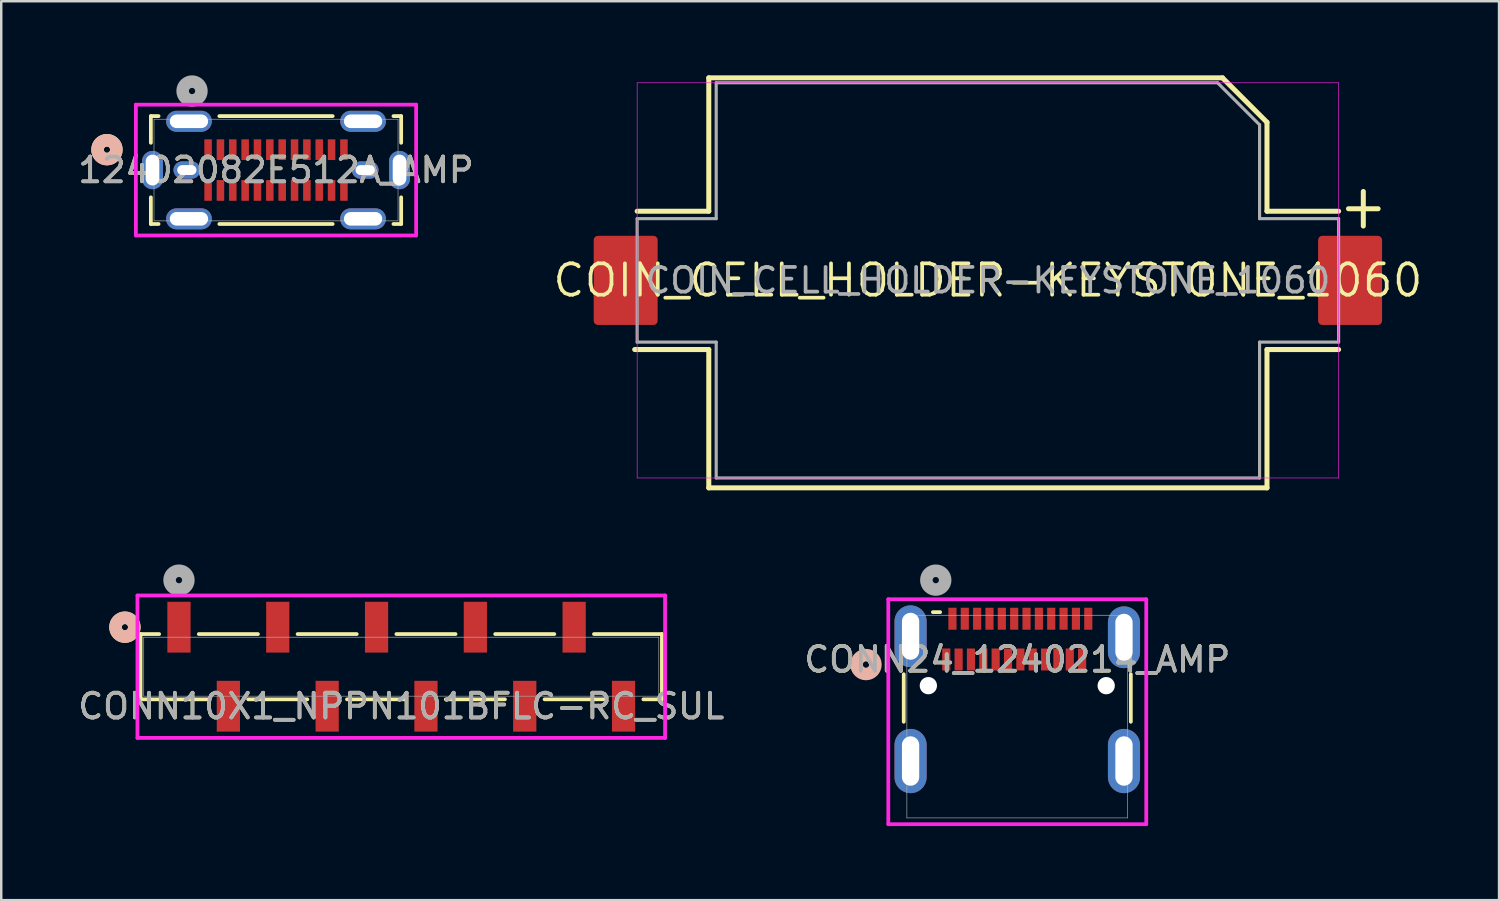
<source format=kicad_pcb>
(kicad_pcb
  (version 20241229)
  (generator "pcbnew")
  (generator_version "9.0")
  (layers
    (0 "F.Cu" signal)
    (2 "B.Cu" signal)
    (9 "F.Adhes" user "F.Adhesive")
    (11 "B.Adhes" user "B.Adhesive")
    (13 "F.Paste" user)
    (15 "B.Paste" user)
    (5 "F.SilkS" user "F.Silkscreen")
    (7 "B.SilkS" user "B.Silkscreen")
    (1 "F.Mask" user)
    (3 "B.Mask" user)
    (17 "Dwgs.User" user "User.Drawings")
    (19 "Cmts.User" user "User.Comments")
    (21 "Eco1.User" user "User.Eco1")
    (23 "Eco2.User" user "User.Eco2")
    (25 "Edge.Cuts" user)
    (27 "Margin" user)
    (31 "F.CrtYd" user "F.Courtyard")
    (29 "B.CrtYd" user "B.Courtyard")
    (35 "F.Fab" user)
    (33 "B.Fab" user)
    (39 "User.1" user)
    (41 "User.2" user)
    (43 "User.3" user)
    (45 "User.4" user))
  (footprint "CONN10X1_NPPN101BFLC-RC_SUL"
    (layer "F.Cu")
    (at 13.196 23.943)
    (property "Reference" "CONN10X1_NPPN101BFLC-RC_SUL" (at 0 1.6 0) (unlocked yes) (layer "F.SilkS") (effects (font (size 1 1) (thickness 0.15))))
    (attr smd)
    (fp_line (start -10.554 -1.321) (end -10.554 1.321) (stroke (width 0.152) (type solid)) (layer "F.SilkS"))
    (fp_line (start -10.554 1.321) (end -7.803 1.321) (stroke (width 0.152) (type solid)) (layer "F.SilkS"))
    (fp_line (start -9.803 -1.321) (end -10.554 -1.321) (stroke (width 0.152) (type solid)) (layer "F.SilkS"))
    (fp_line (start -6.197 1.321) (end -3.803 1.321) (stroke (width 0.152) (type solid)) (layer "F.SilkS"))
    (fp_line (start -5.803 -1.321) (end -8.197 -1.321) (stroke (width 0.152) (type solid)) (layer "F.SilkS"))
    (fp_line (start -2.197 1.321) (end 0.197 1.321) (stroke (width 0.152) (type solid)) (layer "F.SilkS"))
    (fp_line (start -1.803 -1.321) (end -4.197 -1.321) (stroke (width 0.152) (type solid)) (layer "F.SilkS"))
    (fp_line (start 1.803 1.321) (end 4.197 1.321) (stroke (width 0.152) (type solid)) (layer "F.SilkS"))
    (fp_line (start 2.197 -1.321) (end -0.197 -1.321) (stroke (width 0.152) (type solid)) (layer "F.SilkS"))
    (fp_line (start 5.803 1.321) (end 8.197 1.321) (stroke (width 0.152) (type solid)) (layer "F.SilkS"))
    (fp_line (start 6.197 -1.321) (end 3.803 -1.321) (stroke (width 0.152) (type solid)) (layer "F.SilkS"))
    (fp_line (start 9.803 1.321) (end 10.554 1.321) (stroke (width 0.152) (type solid)) (layer "F.SilkS"))
    (fp_line (start 10.554 -1.321) (end 7.803 -1.321) (stroke (width 0.152) (type solid)) (layer "F.SilkS"))
    (fp_line (start 10.554 1.321) (end 10.554 -1.321) (stroke (width 0.152) (type solid)) (layer "F.SilkS"))
    (fp_circle (center -11.189 -1.6) (end -10.808 -1.6) (stroke (width 0.508) (type solid)) (fill no) (layer "F.SilkS"))
    (fp_circle (center -11.189 -1.6) (end -10.808 -1.6) (stroke (width 0.508) (type solid)) (fill no) (layer "B.SilkS"))
    (fp_line (start -10.681 -2.883) (end -10.681 2.883) (stroke (width 0.152) (type solid)) (layer "F.CrtYd"))
    (fp_line (start -10.681 2.883) (end 10.681 2.883) (stroke (width 0.152) (type solid)) (layer "F.CrtYd"))
    (fp_line (start 10.681 -2.883) (end -10.681 -2.883) (stroke (width 0.152) (type solid)) (layer "F.CrtYd"))
    (fp_line (start 10.681 2.883) (end 10.681 -2.883) (stroke (width 0.152) (type solid)) (layer "F.CrtYd"))
    (fp_line (start -10.427 -1.194) (end -10.427 1.194) (stroke (width 0.025) (type solid)) (layer "F.Fab"))
    (fp_line (start -10.427 1.194) (end 10.427 1.194) (stroke (width 0.025) (type solid)) (layer "F.Fab"))
    (fp_line (start 10.427 -1.194) (end -10.427 -1.194) (stroke (width 0.025) (type solid)) (layer "F.Fab"))
    (fp_line (start 10.427 1.194) (end 10.427 -1.194) (stroke (width 0.025) (type solid)) (layer "F.Fab"))
    (fp_circle (center -9 -3.505) (end -8.619 -3.505) (stroke (width 0.508) (type solid)) (fill no) (layer "F.Fab"))
    (fp_text user "${REFERENCE}" (at 0 1.6 0) (unlocked yes) (layer "F.Fab") (effects (font (size 1 1) (thickness 0.15))))
    (pad "1" smd rect (at -9 -1.6) (size 0.94 2.057) (layers "F.Cu" "F.Mask" "F.Paste"))
    (pad "2" smd rect (at -7 1.6) (size 0.94 2.057) (layers "F.Cu" "F.Mask" "F.Paste"))
    (pad "3" smd rect (at -5 -1.6) (size 0.94 2.057) (layers "F.Cu" "F.Mask" "F.Paste"))
    (pad "4" smd rect (at -3 1.6) (size 0.94 2.057) (layers "F.Cu" "F.Mask" "F.Paste"))
    (pad "5" smd rect (at -1 -1.6) (size 0.94 2.057) (layers "F.Cu" "F.Mask" "F.Paste"))
    (pad "6" smd rect (at 1 1.6) (size 0.94 2.057) (layers "F.Cu" "F.Mask" "F.Paste"))
    (pad "7" smd rect (at 3 -1.6) (size 0.94 2.057) (layers "F.Cu" "F.Mask" "F.Paste"))
    (pad "8" smd rect (at 5 1.6) (size 0.94 2.057) (layers "F.Cu" "F.Mask" "F.Paste"))
    (pad "9" smd rect (at 7 -1.6) (size 0.94 2.057) (layers "F.Cu" "F.Mask" "F.Paste"))
    (pad "10" smd rect (at 9 1.6) (size 0.94 2.057) (layers "F.Cu" "F.Mask" "F.Paste")))
  (footprint "CONN24_1240214_AMP"
    (layer "F.Cu")
    (at 38.137 25.963)
    (property "Reference" "CONN24_1240214_AMP" (at 0 -2.312 0) (unlocked yes) (layer "F.SilkS") (effects (font (size 1 1) (thickness 0.15))))
    (attr smd)
    (fp_line (start -4.597 -1.715) (end -4.597 0.21) (stroke (width 0.152) (type solid)) (layer "F.SilkS"))
    (fp_line (start -3.123 -4.229) (end -3.416 -4.229) (stroke (width 0.152) (type solid)) (layer "F.SilkS"))
    (fp_line (start 4.597 0.21) (end 4.597 -1.715) (stroke (width 0.152) (type solid)) (layer "F.SilkS"))
    (fp_circle (center -6.125 -2.106) (end -5.744 -2.106) (stroke (width 0.508) (type solid)) (fill no) (layer "B.SilkS"))
    (fp_line (start -5.222 -4.751) (end -5.222 4.356) (stroke (width 0.152) (type solid)) (layer "F.CrtYd"))
    (fp_line (start -5.222 4.356) (end 5.222 4.356) (stroke (width 0.152) (type solid)) (layer "F.CrtYd"))
    (fp_line (start 5.222 -4.751) (end -5.222 -4.751) (stroke (width 0.152) (type solid)) (layer "F.CrtYd"))
    (fp_line (start 5.222 4.356) (end 5.222 -4.751) (stroke (width 0.152) (type solid)) (layer "F.CrtYd"))
    (fp_line (start -4.47 -4.102) (end -4.47 4.102) (stroke (width 0.025) (type solid)) (layer "F.Fab"))
    (fp_line (start -4.47 4.102) (end 4.47 4.102) (stroke (width 0.025) (type solid)) (layer "F.Fab"))
    (fp_line (start 4.47 -4.102) (end -4.47 -4.102) (stroke (width 0.025) (type solid)) (layer "F.Fab"))
    (fp_line (start 4.47 4.102) (end 4.47 -4.102) (stroke (width 0.025) (type solid)) (layer "F.Fab"))
    (fp_circle (center -3.3 -5.525) (end -2.919 -5.525) (stroke (width 0.508) (type solid)) (fill no) (layer "F.Fab"))
    (fp_line (start 5.07 4.26) (end -4.93 4.26) (stroke (width 0.05) (type default)) (layer "User.1"))
    (fp_text user "${REFERENCE}" (at 0 -2.312 0) (unlocked yes) (layer "F.Fab") (effects (font (size 1 1) (thickness 0.15))))
    (pad "" np_thru_hole circle (at -3.6 -1.252) (size 0.7 0.7) (drill 0.7) (layers "*.Cu" "*.Mask"))
    (pad "" np_thru_hole circle (at 3.6 -1.252) (size 0.7 0.7) (drill 0.7) (layers "*.Cu" "*.Mask"))
    (pad "A1" smd rect (at -2.625 -3.962) (size 0.33 0.889) (layers "F.Cu" "F.Mask" "F.Paste"))
    (pad "A2" smd rect (at -2.125 -3.962) (size 0.33 0.889) (layers "F.Cu" "F.Mask" "F.Paste"))
    (pad "A3" smd rect (at -1.625 -3.962) (size 0.33 0.889) (layers "F.Cu" "F.Mask" "F.Paste"))
    (pad "A4" smd rect (at -1.125 -3.962) (size 0.33 0.889) (layers "F.Cu" "F.Mask" "F.Paste"))
    (pad "A5" smd rect (at -0.625 -3.962) (size 0.33 0.889) (layers "F.Cu" "F.Mask" "F.Paste"))
    (pad "A6" smd rect (at -0.125 -3.962) (size 0.33 0.889) (layers "F.Cu" "F.Mask" "F.Paste"))
    (pad "A7" smd rect (at 0.375 -3.962) (size 0.33 0.889) (layers "F.Cu" "F.Mask" "F.Paste"))
    (pad "A8" smd rect (at 0.875 -3.962) (size 0.33 0.889) (layers "F.Cu" "F.Mask" "F.Paste"))
    (pad "A9" smd rect (at 1.375 -3.962) (size 0.33 0.889) (layers "F.Cu" "F.Mask" "F.Paste"))
    (pad "A10" smd rect (at 1.875 -3.962) (size 0.33 0.889) (layers "F.Cu" "F.Mask" "F.Paste"))
    (pad "A11" smd rect (at 2.375 -3.962) (size 0.33 0.889) (layers "F.Cu" "F.Mask" "F.Paste"))
    (pad "A12" smd rect (at 2.875 -3.962) (size 0.33 0.889) (layers "F.Cu" "F.Mask" "F.Paste"))
    (pad "B1" smd rect (at 2.625 -2.312) (size 0.33 0.889) (layers "F.Cu" "F.Mask" "F.Paste"))
    (pad "B2" smd rect (at 2.125 -2.312) (size 0.33 0.889) (layers "F.Cu" "F.Mask" "F.Paste"))
    (pad "B3" smd rect (at 1.625 -2.312) (size 0.33 0.889) (layers "F.Cu" "F.Mask" "F.Paste"))
    (pad "B4" smd rect (at 1.125 -2.312) (size 0.33 0.889) (layers "F.Cu" "F.Mask" "F.Paste"))
    (pad "B5" smd rect (at 0.625 -2.312) (size 0.33 0.889) (layers "F.Cu" "F.Mask" "F.Paste"))
    (pad "B6" smd rect (at 0.125 -2.312) (size 0.33 0.889) (layers "F.Cu" "F.Mask" "F.Paste"))
    (pad "B7" smd rect (at -0.375 -2.312) (size 0.33 0.889) (layers "F.Cu" "F.Mask" "F.Paste"))
    (pad "B8" smd rect (at -0.875 -2.312) (size 0.33 0.889) (layers "F.Cu" "F.Mask" "F.Paste"))
    (pad "B9" smd rect (at -1.375 -2.312) (size 0.33 0.889) (layers "F.Cu" "F.Mask" "F.Paste"))
    (pad "B10" smd rect (at -1.875 -2.312) (size 0.33 0.889) (layers "F.Cu" "F.Mask" "F.Paste"))
    (pad "B11" smd rect (at -2.375 -2.312) (size 0.33 0.889) (layers "F.Cu" "F.Mask" "F.Paste"))
    (pad "B12" smd rect (at -2.875 -2.312) (size 0.33 0.889) (layers "F.Cu" "F.Mask" "F.Paste"))
    (pad "S1" thru_hole oval (at -4.32 -3.252) (size 1.3 2.5) (drill oval 0.7 1.9) (layers "*.Cu" "*.Mask"))
    (pad "S1" thru_hole oval (at -4.32 1.799) (size 1.3 2.6) (drill oval 0.7 2) (layers "*.Cu" "*.Mask"))
    (pad "S1" thru_hole oval (at 4.32 -3.212) (size 1.3 2.5) (drill oval 0.7 1.9) (layers "*.Cu" "*.Mask"))
    (pad "S1" thru_hole oval (at 4.32 1.799) (size 1.3 2.6) (drill oval 0.7 2) (layers "*.Cu" "*.Mask")))
  (footprint "12402082E512A_AMP"
    (layer "F.Cu")
    (at 8.125 3.835)
    (property "Reference" "12402082E512A_AMP" (at 0 0 0) (unlocked yes) (layer "F.SilkS") (effects (font (size 1 1) (thickness 0.15))))
    (attr through_hole)
    (fp_line (start -5.067 -2.184) (end -5.067 -1.104) (stroke (width 0.152) (type solid)) (layer "F.SilkS"))
    (fp_line (start -5.067 1.104) (end -5.067 2.184) (stroke (width 0.152) (type solid)) (layer "F.SilkS"))
    (fp_line (start -5.067 2.184) (end -4.755 2.184) (stroke (width 0.152) (type solid)) (layer "F.SilkS"))
    (fp_line (start -4.755 -2.184) (end -5.067 -2.184) (stroke (width 0.152) (type solid)) (layer "F.SilkS"))
    (fp_line (start -2.295 2.184) (end 2.295 2.184) (stroke (width 0.152) (type solid)) (layer "F.SilkS"))
    (fp_line (start 2.295 -2.184) (end -2.295 -2.184) (stroke (width 0.152) (type solid)) (layer "F.SilkS"))
    (fp_line (start 4.755 2.184) (end 5.067 2.184) (stroke (width 0.152) (type solid)) (layer "F.SilkS"))
    (fp_line (start 5.067 -2.184) (end 4.755 -2.184) (stroke (width 0.152) (type solid)) (layer "F.SilkS"))
    (fp_line (start 5.067 -1.104) (end 5.067 -2.184) (stroke (width 0.152) (type solid)) (layer "F.SilkS"))
    (fp_line (start 5.067 2.184) (end 5.067 1.104) (stroke (width 0.152) (type solid)) (layer "F.SilkS"))
    (fp_circle (center -6.845 -0.825) (end -6.464 -0.825) (stroke (width 0.508) (type solid)) (fill no) (layer "F.SilkS"))
    (fp_circle (center -6.845 -0.825) (end -6.464 -0.825) (stroke (width 0.508) (type solid)) (fill no) (layer "B.SilkS"))
    (fp_line (start -5.673 -2.648) (end -5.673 2.648) (stroke (width 0.152) (type solid)) (layer "F.CrtYd"))
    (fp_line (start -5.673 2.648) (end 5.673 2.648) (stroke (width 0.152) (type solid)) (layer "F.CrtYd"))
    (fp_line (start 5.673 -2.648) (end -5.673 -2.648) (stroke (width 0.152) (type solid)) (layer "F.CrtYd"))
    (fp_line (start 5.673 2.648) (end 5.673 -2.648) (stroke (width 0.152) (type solid)) (layer "F.CrtYd"))
    (fp_line (start -4.94 -2.057) (end -4.94 2.057) (stroke (width 0.025) (type solid)) (layer "F.Fab"))
    (fp_line (start -4.94 2.057) (end 4.94 2.057) (stroke (width 0.025) (type solid)) (layer "F.Fab"))
    (fp_line (start 4.94 -2.057) (end -4.94 -2.057) (stroke (width 0.025) (type solid)) (layer "F.Fab"))
    (fp_line (start 4.94 2.057) (end 4.94 -2.057) (stroke (width 0.025) (type solid)) (layer "F.Fab"))
    (fp_circle (center -3.4 -3.2) (end -3.019 -3.2) (stroke (width 0.508) (type solid)) (fill no) (layer "F.Fab"))
    (fp_text user "${REFERENCE}" (at 0 0 0) (unlocked yes) (layer "F.Fab") (effects (font (size 1 1) (thickness 0.15))))
    (pad "A1" smd rect (at -2.75 -0.825) (size 0.305 0.838) (layers "F.Cu" "F.Mask" "F.Paste"))
    (pad "A2" smd rect (at -2.25 -0.825) (size 0.305 0.838) (layers "F.Cu" "F.Mask" "F.Paste"))
    (pad "A3" smd rect (at -1.75 -0.825) (size 0.305 0.838) (layers "F.Cu" "F.Mask" "F.Paste"))
    (pad "A4" smd rect (at -1.25 -0.825) (size 0.305 0.838) (layers "F.Cu" "F.Mask" "F.Paste"))
    (pad "A5" smd rect (at -0.75 -0.825) (size 0.305 0.838) (layers "F.Cu" "F.Mask" "F.Paste"))
    (pad "A6" smd rect (at -0.25 -0.825) (size 0.305 0.838) (layers "F.Cu" "F.Mask" "F.Paste"))
    (pad "A7" smd rect (at 0.25 -0.825) (size 0.305 0.838) (layers "F.Cu" "F.Mask" "F.Paste"))
    (pad "A8" smd rect (at 0.75 -0.825) (size 0.305 0.838) (layers "F.Cu" "F.Mask" "F.Paste"))
    (pad "A9" smd rect (at 1.25 -0.825) (size 0.305 0.838) (layers "F.Cu" "F.Mask" "F.Paste"))
    (pad "A10" smd rect (at 1.75 -0.825) (size 0.305 0.838) (layers "F.Cu" "F.Mask" "F.Paste"))
    (pad "A11" smd rect (at 2.25 -0.825) (size 0.305 0.838) (layers "F.Cu" "F.Mask" "F.Paste"))
    (pad "A12" smd rect (at 2.75 -0.825) (size 0.305 0.838) (layers "F.Cu" "F.Mask" "F.Paste"))
    (pad "B1" smd rect (at 2.75 0.825) (size 0.305 0.838) (layers "F.Cu" "F.Mask" "F.Paste"))
    (pad "B2" smd rect (at 2.25 0.825) (size 0.305 0.838) (layers "F.Cu" "F.Mask" "F.Paste"))
    (pad "B3" smd rect (at 1.75 0.825) (size 0.305 0.838) (layers "F.Cu" "F.Mask" "F.Paste"))
    (pad "B4" smd rect (at 1.25 0.825) (size 0.305 0.838) (layers "F.Cu" "F.Mask" "F.Paste"))
    (pad "B5" smd rect (at 0.75 0.825) (size 0.305 0.838) (layers "F.Cu" "F.Mask" "F.Paste"))
    (pad "B6" smd rect (at 0.25 0.825) (size 0.305 0.838) (layers "F.Cu" "F.Mask" "F.Paste"))
    (pad "B7" smd rect (at -0.25 0.825) (size 0.305 0.838) (layers "F.Cu" "F.Mask" "F.Paste"))
    (pad "B8" smd rect (at -0.75 0.825) (size 0.305 0.838) (layers "F.Cu" "F.Mask" "F.Paste"))
    (pad "B9" smd rect (at -1.25 0.825) (size 0.305 0.838) (layers "F.Cu" "F.Mask" "F.Paste"))
    (pad "B10" smd rect (at -1.75 0.825) (size 0.305 0.838) (layers "F.Cu" "F.Mask" "F.Paste"))
    (pad "B11" smd rect (at -2.25 0.825) (size 0.305 0.838) (layers "F.Cu" "F.Mask" "F.Paste"))
    (pad "B12" smd rect (at -2.75 0.825) (size 0.305 0.838) (layers "F.Cu" "F.Mask" "F.Paste"))
    (pad "S1" thru_hole oval (at -5 0) (size 0.85 1.55) (drill oval 0.55 1.25) (layers "*.Cu" "*.Mask"))
    (pad "S1" thru_hole oval (at -3.61 0) (size 1.08 0.7) (drill oval 0.78 0.4) (layers "*.Cu" "*.Mask"))
    (pad "S1" thru_hole oval (at -3.525 -1.975) (size 1.85 0.85) (drill oval 1.55 0.55) (layers "*.Cu" "*.Mask"))
    (pad "S1" thru_hole oval (at -3.525 1.975) (size 1.85 0.85) (drill oval 1.55 0.55) (layers "*.Cu" "*.Mask"))
    (pad "S1" thru_hole oval (at 3.525 -1.975) (size 1.85 0.85) (drill oval 1.55 0.55) (layers "*.Cu" "*.Mask"))
    (pad "S1" thru_hole oval (at 3.525 1.975) (size 1.85 0.85) (drill oval 1.55 0.55) (layers "*.Cu" "*.Mask"))
    (pad "S1" thru_hole oval (at 3.61 0) (size 1.08 0.7) (drill oval 0.78 0.4) (layers "*.Cu" "*.Mask"))
    (pad "S1" thru_hole oval (at 5 0) (size 0.85 1.55) (drill oval 0.55 1.25) (layers "*.Cu" "*.Mask")))
  (footprint "COIN_CELL_HOLDER-KEYSTONE_1060"
    (layer "F.Cu")
    (at 36.947 8.302)
    (property "Reference" "COIN_CELL_HOLDER-KEYSTONE_1060" (at 0 0 0) (layer "F.SilkS") (effects (font (size 1.27 1.27) (thickness 0.15))))
    (fp_line (start -14.3 2.8) (end -11.3 2.8) (stroke (width 0.203) (type solid)) (layer "F.SilkS"))
    (fp_line (start -14.2 -2.8) (end -11.3 -2.8) (stroke (width 0.203) (type solid)) (layer "F.SilkS"))
    (fp_line (start -11.3 -8.2) (end 9.5 -8.2) (stroke (width 0.203) (type solid)) (layer "F.SilkS"))
    (fp_line (start -11.3 -2.8) (end -11.3 -8.2) (stroke (width 0.203) (type solid)) (layer "F.SilkS"))
    (fp_line (start -11.3 2.8) (end -11.3 8.4) (stroke (width 0.203) (type solid)) (layer "F.SilkS"))
    (fp_line (start -11.3 8.4) (end 11.3 8.4) (stroke (width 0.203) (type solid)) (layer "F.SilkS"))
    (fp_line (start 9.5 -8.2) (end 11.3 -6.4) (stroke (width 0.203) (type solid)) (layer "F.SilkS"))
    (fp_line (start 11.3 -6.4) (end 11.3 -2.8) (stroke (width 0.203) (type solid)) (layer "F.SilkS"))
    (fp_line (start 11.3 -2.8) (end 14.2 -2.8) (stroke (width 0.203) (type solid)) (layer "F.SilkS"))
    (fp_line (start 11.3 2.8) (end 14.2 2.8) (stroke (width 0.203) (type solid)) (layer "F.SilkS"))
    (fp_line (start 11.3 8.4) (end 11.3 2.8) (stroke (width 0.203) (type solid)) (layer "F.SilkS"))
    (fp_line (start 14.6 -2.9) (end 15.8 -2.9) (stroke (width 0.203) (type solid)) (layer "F.SilkS"))
    (fp_line (start 15.2 -3.6) (end 15.2 -2.2) (stroke (width 0.203) (type solid)) (layer "F.SilkS"))
    (fp_line (start -14.2 -8) (end -14.2 8) (stroke (width 0.025) (type solid)) (layer "F.CrtYd"))
    (fp_line (start -14.2 8) (end 14.2 8) (stroke (width 0.025) (type solid)) (layer "F.CrtYd"))
    (fp_line (start 14.2 -8) (end -14.2 -8) (stroke (width 0.025) (type solid)) (layer "F.CrtYd"))
    (fp_line (start 14.2 8) (end 14.2 -8) (stroke (width 0.025) (type solid)) (layer "F.CrtYd"))
    (fp_line (start -14.2 -2.5) (end -14.2 2.5) (stroke (width 0.127) (type solid)) (layer "F.Fab"))
    (fp_line (start -14.2 2.5) (end -11 2.5) (stroke (width 0.127) (type solid)) (layer "F.Fab"))
    (fp_line (start -11 -8) (end -11 -2.5) (stroke (width 0.127) (type solid)) (layer "F.Fab"))
    (fp_line (start -11 -2.5) (end -14.2 -2.5) (stroke (width 0.127) (type solid)) (layer "F.Fab"))
    (fp_line (start -11 2.5) (end -11 8) (stroke (width 0.127) (type solid)) (layer "F.Fab"))
    (fp_line (start -11 8) (end 11 8) (stroke (width 0.127) (type solid)) (layer "F.Fab"))
    (fp_line (start 9.3 -8) (end -11 -8) (stroke (width 0.127) (type solid)) (layer "F.Fab"))
    (fp_line (start 11 -6.3) (end 9.3 -8) (stroke (width 0.127) (type solid)) (layer "F.Fab"))
    (fp_line (start 11 -2.5) (end 11 -6.3) (stroke (width 0.127) (type solid)) (layer "F.Fab"))
    (fp_line (start 11 2.5) (end 14.2 2.5) (stroke (width 0.127) (type solid)) (layer "F.Fab"))
    (fp_line (start 11 8) (end 11 2.5) (stroke (width 0.127) (type solid)) (layer "F.Fab"))
    (fp_line (start 14.2 -2.5) (end 11 -2.5) (stroke (width 0.127) (type solid)) (layer "F.Fab"))
    (fp_line (start 14.2 2.5) (end 14.2 -2.5) (stroke (width 0.127) (type solid)) (layer "F.Fab"))
    (fp_text user "${REFERENCE}" (at 0 0 0) (unlocked yes) (layer "F.Fab") (effects (font (size 1 1) (thickness 0.15))))
    (pad "1" smd roundrect (at 14.665 0 90) (size 3.61 2.59) (layers "F.Cu" "F.Mask" "F.Paste") (roundrect_rratio 0.066))
    (pad "2" smd roundrect (at -14.665 0 90) (size 3.61 2.59) (layers "F.Cu" "F.Mask" "F.Paste") (roundrect_rratio 0.066)))
  (gr_rect
    (start -3 -3)
    (end 57.643 33.396)
    (stroke (width 0.1) (type default))
    (fill no)
    (layer "Edge.Cuts")))
</source>
